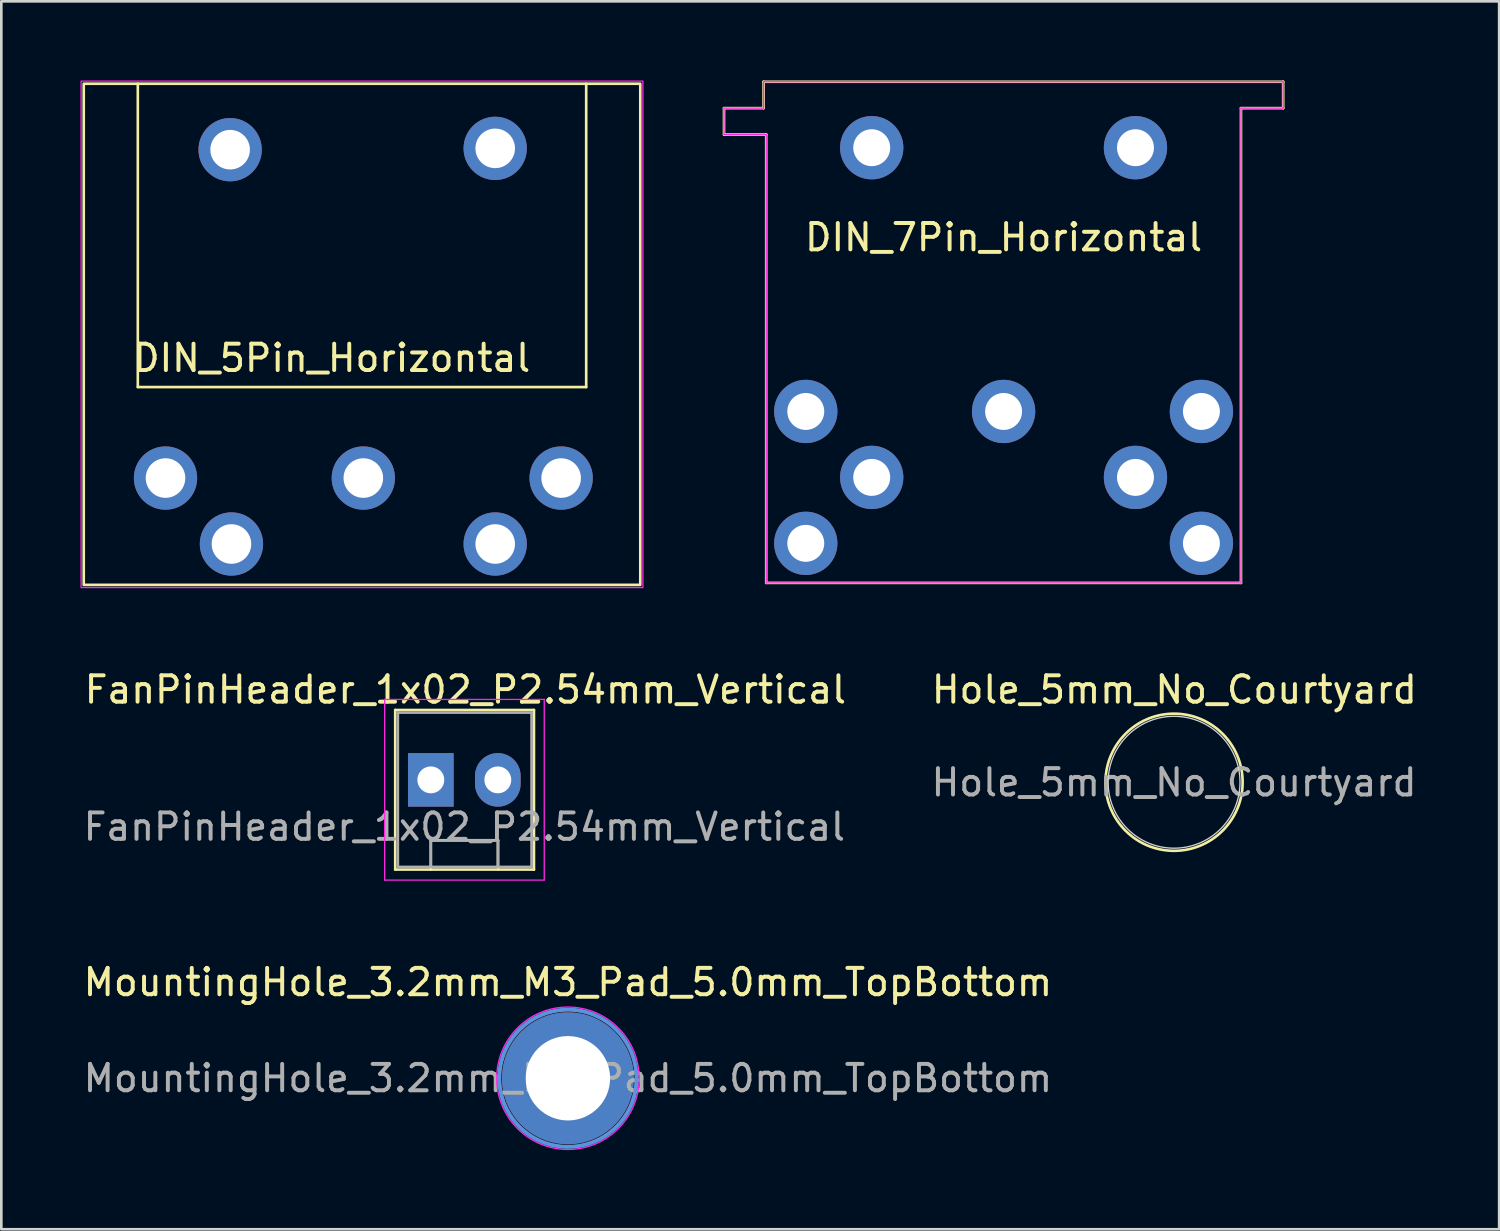
<source format=kicad_pcb>
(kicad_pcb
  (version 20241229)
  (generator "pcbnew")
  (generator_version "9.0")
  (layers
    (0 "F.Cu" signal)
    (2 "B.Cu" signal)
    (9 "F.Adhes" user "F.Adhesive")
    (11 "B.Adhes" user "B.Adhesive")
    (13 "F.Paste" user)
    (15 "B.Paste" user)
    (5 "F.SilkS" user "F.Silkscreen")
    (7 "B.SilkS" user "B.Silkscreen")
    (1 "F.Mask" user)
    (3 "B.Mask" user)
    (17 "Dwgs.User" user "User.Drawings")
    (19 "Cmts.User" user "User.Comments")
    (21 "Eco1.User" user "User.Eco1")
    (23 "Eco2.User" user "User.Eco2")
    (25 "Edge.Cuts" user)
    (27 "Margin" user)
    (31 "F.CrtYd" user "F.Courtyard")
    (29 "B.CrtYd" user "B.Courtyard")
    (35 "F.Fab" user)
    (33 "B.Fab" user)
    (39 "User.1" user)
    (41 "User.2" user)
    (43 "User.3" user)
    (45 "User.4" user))
  (footprint "DIN_7Pin_Horizontal"
    (layer "F.Cu")
    (at 35 12.55)
    (property "Reference" "DIN_7Pin_Horizontal" (at 0 -6.6 0) (unlocked yes) (layer "F.SilkS") (effects (font (size 1 1) (thickness 0.15))))
    (attr through_hole)
    (fp_line (start -10.6 -11.5) (end -10.6 -10.5) (stroke (width 0.1) (type default)) (layer "F.SilkS"))
    (fp_line (start -10.6 -10.5) (end -9 -10.5) (stroke (width 0.1) (type default)) (layer "F.SilkS"))
    (fp_line (start -9.1 -12.5) (end -9.1 -11.5) (stroke (width 0.1) (type default)) (layer "F.SilkS"))
    (fp_line (start -9.1 -11.5) (end -10.6 -11.5) (stroke (width 0.1) (type default)) (layer "F.SilkS"))
    (fp_line (start -9 -10.5) (end -9 6.5) (stroke (width 0.1) (type default)) (layer "F.SilkS"))
    (fp_line (start -9 6.5) (end 9 6.5) (stroke (width 0.1) (type default)) (layer "F.SilkS"))
    (fp_line (start 9 -11.5) (end 10.6 -11.5) (stroke (width 0.1) (type default)) (layer "F.SilkS"))
    (fp_line (start 9 6.5) (end 9 -11.5) (stroke (width 0.1) (type default)) (layer "F.SilkS"))
    (fp_line (start 10.6 -12.5) (end -9.1 -12.5) (stroke (width 0.1) (type default)) (layer "F.SilkS"))
    (fp_line (start 10.6 -11.5) (end 10.6 -12.5) (stroke (width 0.1) (type default)) (layer "F.SilkS"))
    (fp_line (start -10.6 -11.5) (end -10.6 -10.5) (stroke (width 0.05) (type default)) (layer "F.CrtYd"))
    (fp_line (start -10.6 -10.5) (end -9 -10.5) (stroke (width 0.05) (type default)) (layer "F.CrtYd"))
    (fp_line (start -9.1 -12.5) (end -9.1 -11.5) (stroke (width 0.05) (type default)) (layer "F.CrtYd"))
    (fp_line (start -9.1 -12.5) (end 10.6 -12.5) (stroke (width 0.05) (type default)) (layer "F.CrtYd"))
    (fp_line (start -9.1 -11.5) (end -10.6 -11.5) (stroke (width 0.05) (type default)) (layer "F.CrtYd"))
    (fp_line (start -9 -10.5) (end -9 6.5) (stroke (width 0.05) (type default)) (layer "F.CrtYd"))
    (fp_line (start 9 -11.5) (end 9 6.5) (stroke (width 0.05) (type default)) (layer "F.CrtYd"))
    (fp_line (start 9 6.5) (end -9 6.5) (stroke (width 0.05) (type default)) (layer "F.CrtYd"))
    (fp_line (start 10.6 -12.5) (end 10.6 -11.5) (stroke (width 0.05) (type default)) (layer "F.CrtYd"))
    (fp_line (start 10.6 -11.5) (end 9 -11.5) (stroke (width 0.05) (type default)) (layer "F.CrtYd"))
    (pad "" thru_hole circle (at -5 -10) (size 2.4 2.4) (drill 1.4) (layers "*.Cu" "*.Mask"))
    (pad "" thru_hole circle (at 5 -10) (size 2.4 2.4) (drill 1.4) (layers "*.Cu" "*.Mask"))
    (pad "1" thru_hole circle (at 7.5 0) (size 2.4 2.4) (drill 1.4) (layers "*.Cu" "*.Mask"))
    (pad "2" thru_hole circle (at 0 0) (size 2.4 2.4) (drill 1.4) (layers "*.Cu" "*.Mask"))
    (pad "3" thru_hole circle (at -7.5 0) (size 2.4 2.4) (drill 1.4) (layers "*.Cu" "*.Mask"))
    (pad "4" thru_hole circle (at 5 2.5) (size 2.4 2.4) (drill 1.4) (layers "*.Cu" "*.Mask"))
    (pad "5" thru_hole circle (at -5 2.5) (size 2.4 2.4) (drill 1.4) (layers "*.Cu" "*.Mask"))
    (pad "6" thru_hole circle (at 7.5 5) (size 2.4 2.4) (drill 1.4) (layers "*.Cu" "*.Mask"))
    (pad "7" thru_hole circle (at -7.5 5) (size 2.4 2.4) (drill 1.4) (layers "*.Cu" "*.Mask")))
  (footprint "DIN_5Pin_Horizontal"
    (layer "F.Cu")
    (at 9.525 11.025)
    (property "Reference" "DIN_5Pin_Horizontal" (at 0 -0.5 0) (unlocked yes) (layer "F.SilkS") (effects (font (size 1 1) (thickness 0.15))))
    (attr through_hole)
    (fp_line (start -7.35 -10.9) (end -7.35 0.6) (stroke (width 0.1) (type default)) (layer "F.SilkS"))
    (fp_line (start 9.65 -10.9) (end 9.65 0.6) (stroke (width 0.1) (type default)) (layer "F.SilkS"))
    (fp_line (start 9.65 0.6) (end -7.35 0.6) (stroke (width 0.1) (type default)) (layer "F.SilkS"))
    (fp_rect (start -9.4 -10.9) (end 11.7 8.1) (stroke (width 0.1) (type default)) (fill no) (layer "F.SilkS"))
    (fp_rect (start -9.5 -11) (end 11.8 8.2) (stroke (width 0.05) (type default)) (fill no) (layer "F.CrtYd"))
    (pad "" thru_hole circle (at -3.85 -8.4) (size 2.4 2.4) (drill 1.5) (layers "*.Cu" "*.Mask"))
    (pad "" thru_hole circle (at 6.2 -8.45) (size 2.4 2.4) (drill 1.5) (layers "*.Cu" "*.Mask"))
    (pad "1" thru_hole circle (at 8.7 4.05) (size 2.4 2.4) (drill 1.5) (layers "*.Cu" "*.Mask"))
    (pad "2" thru_hole circle (at 1.2 4.05) (size 2.4 2.4) (drill 1.5) (layers "*.Cu" "*.Mask"))
    (pad "3" thru_hole circle (at -6.3 4.05) (size 2.4 2.4) (drill 1.5) (layers "*.Cu" "*.Mask"))
    (pad "4" thru_hole circle (at 6.2 6.55) (size 2.4 2.4) (drill 1.5) (layers "*.Cu" "*.Mask"))
    (pad "5" thru_hole circle (at -3.8 6.55) (size 2.4 2.4) (drill 1.5) (layers "*.Cu" "*.Mask")))
  (footprint "FanPinHeader_1x02_P2.54mm_Vertical"
    (layer "F.Cu")
    (at 13.284 26.518)
    (property "Reference" "FanPinHeader_1x02_P2.54mm_Vertical" (at 1.31 -3.42 0) (layer "F.SilkS") (effects (font (size 1 1) (thickness 0.15))))
    (attr through_hole)
    (fp_line (start -1.35 -2.65) (end -1.35 3.4) (stroke (width 0.1) (type default)) (layer "F.SilkS"))
    (fp_line (start -1.35 -2.65) (end 3.91 -2.65) (stroke (width 0.1) (type default)) (layer "F.SilkS"))
    (fp_line (start 0 2.29) (end 0 3.4) (stroke (width 0.1) (type default)) (layer "F.SilkS"))
    (fp_line (start 0 2.29) (end 2.55 2.29) (stroke (width 0.1) (type default)) (layer "F.SilkS"))
    (fp_line (start 2.55 2.29) (end 2.55 3.39) (stroke (width 0.1) (type default)) (layer "F.SilkS"))
    (fp_line (start 3.91 -2.65) (end 3.91 3.4) (stroke (width 0.1) (type default)) (layer "F.SilkS"))
    (fp_line (start 3.91 3.4) (end -1.35 3.4) (stroke (width 0.1) (type default)) (layer "F.SilkS"))
    (fp_line (start -1.75 -3.05) (end 4.3 -3.05) (stroke (width 0.05) (type default)) (layer "F.CrtYd"))
    (fp_line (start -1.75 3.8) (end -1.75 -3.05) (stroke (width 0.05) (type solid)) (layer "F.CrtYd"))
    (fp_line (start -1.75 3.8) (end 4.3 3.8) (stroke (width 0.05) (type default)) (layer "F.CrtYd"))
    (fp_line (start 4.3 -3.05) (end 4.3 3.8) (stroke (width 0.05) (type solid)) (layer "F.CrtYd"))
    (fp_line (start -1.25 -2.55) (end 3.82 -2.55) (stroke (width 0.1) (type default)) (layer "F.Fab"))
    (fp_line (start -1.25 3.3) (end -1.25 -2.55) (stroke (width 0.1) (type solid)) (layer "F.Fab"))
    (fp_line (start -1.25 3.3) (end 3.82 3.3) (stroke (width 0.1) (type default)) (layer "F.Fab"))
    (fp_line (start 0 2.3) (end 0 3.3) (stroke (width 0.1) (type solid)) (layer "F.Fab"))
    (fp_line (start 0 2.3) (end 2.54 2.3) (stroke (width 0.1) (type default)) (layer "F.Fab"))
    (fp_line (start 2.54 3.3) (end 2.54 2.3) (stroke (width 0.1) (type solid)) (layer "F.Fab"))
    (fp_line (start 3.82 -2.55) (end 3.82 3.3) (stroke (width 0.1) (type default)) (layer "F.Fab"))
    (fp_text user "${REFERENCE}" (at 1.27 1.78 0) (layer "F.Fab") (effects (font (size 1 1) (thickness 0.15))))
    (pad "1" thru_hole rect (at 0 0 90) (size 2.03 1.73) (drill 1.02) (layers "*.Cu" "*.Mask"))
    (pad "2" thru_hole oval (at 2.54 0 90) (size 2.03 1.73) (drill 1.02) (layers "*.Cu" "*.Mask")))
  (footprint "Hole_5mm_No_Courtyard"
    (layer "F.Cu")
    (at 41.463 26.618)
    (property "Reference" "Hole_5mm_No_Courtyard" (at 0.01 -3.52 0) (layer "F.SilkS") (effects (font (size 1 1) (thickness 0.15))))
    (attr board_only exclude_from_pos_files exclude_from_bom)
    (fp_circle (center 0 -0.01) (end 0 -2.61) (stroke (width 0.1) (type default)) (fill no) (layer "F.SilkS"))
    (fp_circle (center 0 -0.01) (end 0.01 -2.51) (stroke (width 0.05) (type default)) (fill no) (layer "Edge.Cuts"))
    (fp_text user "${REFERENCE}" (at 0 0 0) (layer "F.Fab") (effects (font (size 1 1) (thickness 0.15)))))
  (footprint "MountingHole_3.2mm_M3_Pad_5.0mm_TopBottom"
    (layer "F.Cu")
    (at 18.482 37.831)
    (property "Reference" "MountingHole_3.2mm_M3_Pad_5.0mm_TopBottom" (at 0 -3.64 0) (layer "F.SilkS") (effects (font (size 1 1) (thickness 0.15))))
    (attr exclude_from_pos_files exclude_from_bom)
    (fp_circle (center 0 0) (end 2.6 0) (stroke (width 0.15) (type solid)) (fill no) (layer "Cmts.User"))
    (fp_circle (center 0 0) (end 2.7 0) (stroke (width 0.05) (type solid)) (fill no) (layer "F.CrtYd"))
    (fp_text user "${REFERENCE}" (at 0 0 0) (layer "F.Fab") (effects (font (size 1 1) (thickness 0.15))))
    (pad "1" thru_hole circle (at 0 0) (size 3.6 3.6) (drill 3.2) (layers "*.Cu" "*.Mask"))
    (pad "1" connect circle (at 0 0) (size 5 5) (layers "F.Cu" "F.Mask"))
    (pad "1" connect circle (at 0 0) (size 5 5) (layers "B.Cu" "B.Mask")))
  (gr_rect
    (start -3 -3)
    (end 53.788 43.556)
    (stroke (width 0.1) (type default))
    (fill no)
    (layer "Edge.Cuts")))
</source>
